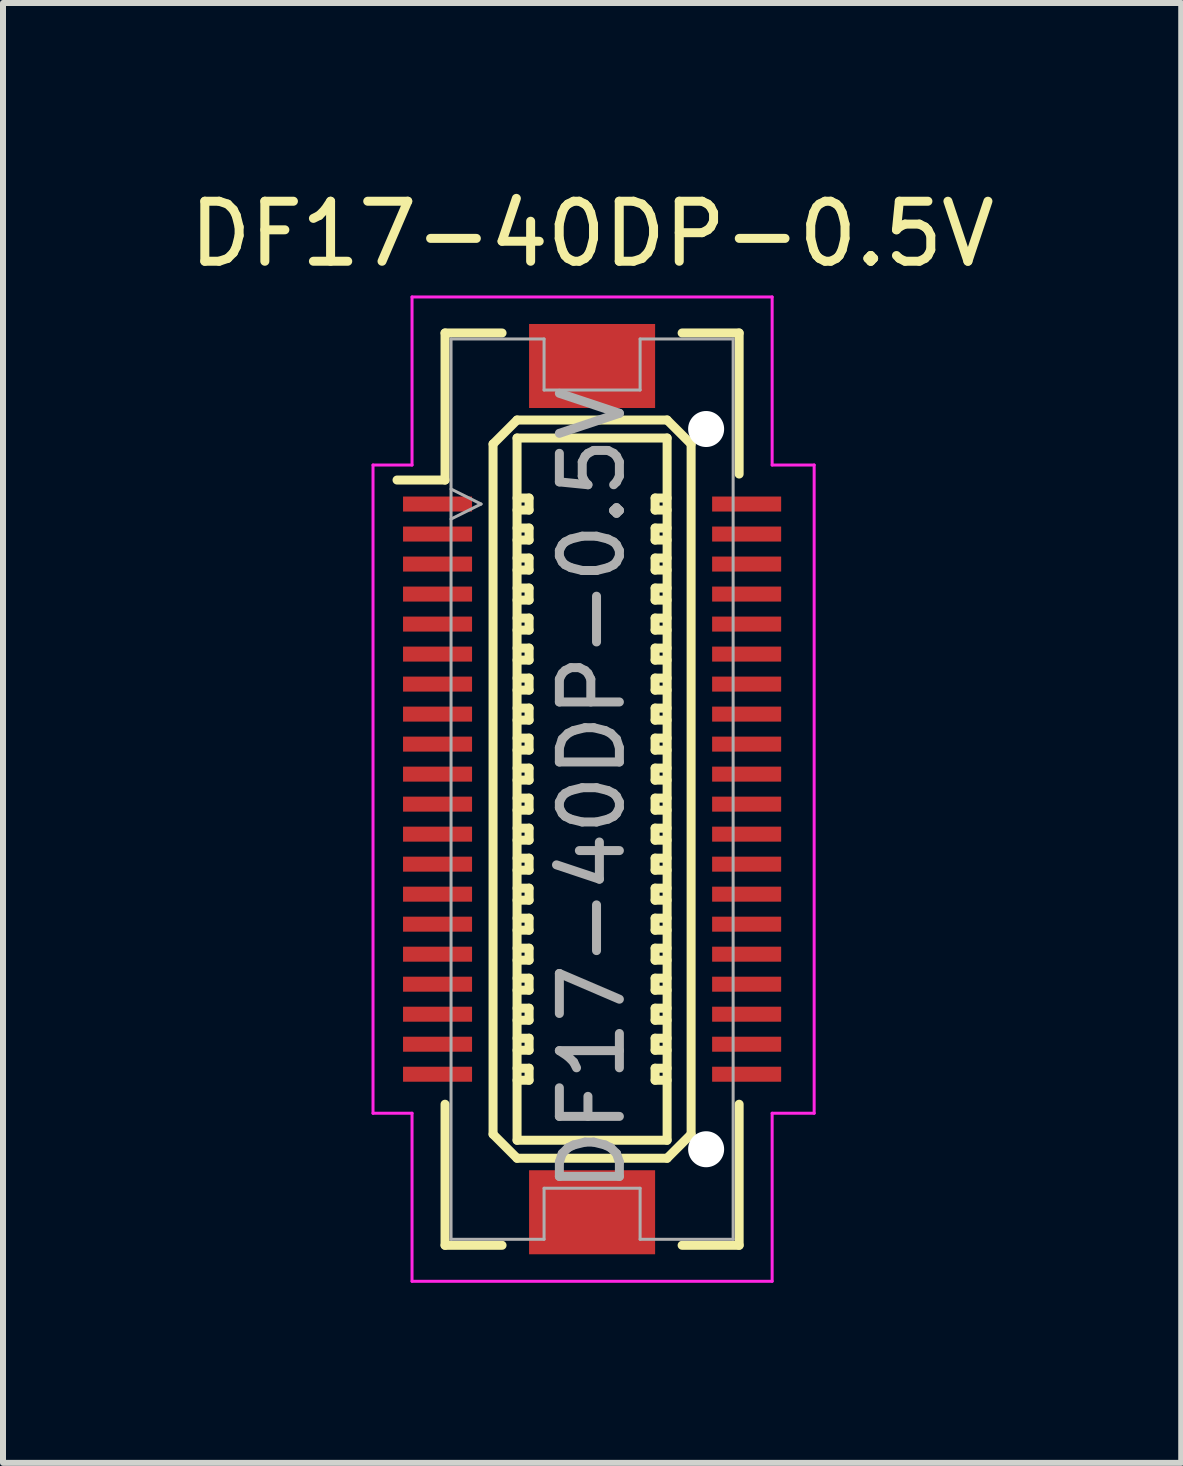
<source format=kicad_pcb>
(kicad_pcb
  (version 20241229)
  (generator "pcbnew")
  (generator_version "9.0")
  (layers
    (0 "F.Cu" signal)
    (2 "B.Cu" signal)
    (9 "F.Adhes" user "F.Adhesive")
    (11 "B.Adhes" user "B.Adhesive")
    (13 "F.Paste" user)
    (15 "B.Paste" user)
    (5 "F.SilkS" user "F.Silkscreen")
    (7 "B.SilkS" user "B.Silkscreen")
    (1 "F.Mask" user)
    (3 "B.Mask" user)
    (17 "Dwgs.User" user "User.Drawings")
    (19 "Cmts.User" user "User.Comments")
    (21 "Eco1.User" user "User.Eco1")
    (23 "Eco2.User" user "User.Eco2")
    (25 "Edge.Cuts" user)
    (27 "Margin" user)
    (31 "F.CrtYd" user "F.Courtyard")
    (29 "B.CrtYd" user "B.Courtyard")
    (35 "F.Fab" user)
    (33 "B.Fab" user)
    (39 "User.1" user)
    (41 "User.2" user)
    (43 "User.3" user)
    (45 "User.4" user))
  (footprint "DF17-40DP-0.5V"
    (layer "F.Cu")
    (at 6.815 10.098)
    (property "Reference" "DF17-40DP-0.5V" (at 0 0 90) (layer "F.Fab") (effects (font (size 1 1) (thickness 0.15))))
    (attr smd)
    (fp_line (start -2.45 -7.6) (end -2.45 -5.15) (stroke (width 0.15) (type solid)) (layer "F.SilkS"))
    (fp_line (start -2.45 -7.6) (end -1.5 -7.6) (stroke (width 0.15) (type solid)) (layer "F.SilkS"))
    (fp_line (start -2.45 -5.15) (end -3.25 -5.15) (stroke (width 0.15) (type solid)) (layer "F.SilkS"))
    (fp_line (start -2.45 5.25) (end -2.45 7.6) (stroke (width 0.15) (type solid)) (layer "F.SilkS"))
    (fp_line (start -2.45 7.6) (end -1.5 7.6) (stroke (width 0.15) (type solid)) (layer "F.SilkS"))
    (fp_line (start -1.65 -5.75) (end -1.25 -6.15) (stroke (width 0.15) (type solid)) (layer "F.SilkS"))
    (fp_line (start -1.65 5.75) (end -1.65 -5.75) (stroke (width 0.15) (type solid)) (layer "F.SilkS"))
    (fp_line (start -1.25 -6.15) (end 1.25 -6.15) (stroke (width 0.15) (type solid)) (layer "F.SilkS"))
    (fp_line (start -1.25 -5.85) (end 1.25 -5.85) (stroke (width 0.15) (type solid)) (layer "F.SilkS"))
    (fp_line (start -1.25 -4.85) (end -1.05 -4.85) (stroke (width 0.15) (type solid)) (layer "F.SilkS"))
    (fp_line (start -1.25 -4.35) (end -1.05 -4.35) (stroke (width 0.15) (type solid)) (layer "F.SilkS"))
    (fp_line (start -1.25 -3.85) (end -1.05 -3.85) (stroke (width 0.15) (type solid)) (layer "F.SilkS"))
    (fp_line (start -1.25 -3.35) (end -1.05 -3.35) (stroke (width 0.15) (type solid)) (layer "F.SilkS"))
    (fp_line (start -1.25 -2.85) (end -1.05 -2.85) (stroke (width 0.15) (type solid)) (layer "F.SilkS"))
    (fp_line (start -1.25 -2.35) (end -1.05 -2.35) (stroke (width 0.15) (type solid)) (layer "F.SilkS"))
    (fp_line (start -1.25 -1.85) (end -1.05 -1.85) (stroke (width 0.15) (type solid)) (layer "F.SilkS"))
    (fp_line (start -1.25 -1.35) (end -1.05 -1.35) (stroke (width 0.15) (type solid)) (layer "F.SilkS"))
    (fp_line (start -1.25 -0.85) (end -1.05 -0.85) (stroke (width 0.15) (type solid)) (layer "F.SilkS"))
    (fp_line (start -1.25 -0.35) (end -1.05 -0.35) (stroke (width 0.15) (type solid)) (layer "F.SilkS"))
    (fp_line (start -1.25 0.15) (end -1.05 0.15) (stroke (width 0.15) (type solid)) (layer "F.SilkS"))
    (fp_line (start -1.25 0.65) (end -1.05 0.65) (stroke (width 0.15) (type solid)) (layer "F.SilkS"))
    (fp_line (start -1.25 1.15) (end -1.05 1.15) (stroke (width 0.15) (type solid)) (layer "F.SilkS"))
    (fp_line (start -1.25 1.65) (end -1.05 1.65) (stroke (width 0.15) (type solid)) (layer "F.SilkS"))
    (fp_line (start -1.25 2.15) (end -1.05 2.15) (stroke (width 0.15) (type solid)) (layer "F.SilkS"))
    (fp_line (start -1.25 2.65) (end -1.05 2.65) (stroke (width 0.15) (type solid)) (layer "F.SilkS"))
    (fp_line (start -1.25 3.15) (end -1.05 3.15) (stroke (width 0.15) (type solid)) (layer "F.SilkS"))
    (fp_line (start -1.25 3.65) (end -1.05 3.65) (stroke (width 0.15) (type solid)) (layer "F.SilkS"))
    (fp_line (start -1.25 4.15) (end -1.05 4.15) (stroke (width 0.15) (type solid)) (layer "F.SilkS"))
    (fp_line (start -1.25 4.65) (end -1.05 4.65) (stroke (width 0.15) (type solid)) (layer "F.SilkS"))
    (fp_line (start -1.25 5.85) (end -1.25 -5.85) (stroke (width 0.15) (type solid)) (layer "F.SilkS"))
    (fp_line (start -1.25 6.15) (end -1.65 5.75) (stroke (width 0.15) (type solid)) (layer "F.SilkS"))
    (fp_line (start -1.05 -4.85) (end -1.05 -4.65) (stroke (width 0.15) (type solid)) (layer "F.SilkS"))
    (fp_line (start -1.05 -4.65) (end -1.25 -4.65) (stroke (width 0.15) (type solid)) (layer "F.SilkS"))
    (fp_line (start -1.05 -4.35) (end -1.05 -4.15) (stroke (width 0.15) (type solid)) (layer "F.SilkS"))
    (fp_line (start -1.05 -4.15) (end -1.25 -4.15) (stroke (width 0.15) (type solid)) (layer "F.SilkS"))
    (fp_line (start -1.05 -3.85) (end -1.05 -3.65) (stroke (width 0.15) (type solid)) (layer "F.SilkS"))
    (fp_line (start -1.05 -3.65) (end -1.25 -3.65) (stroke (width 0.15) (type solid)) (layer "F.SilkS"))
    (fp_line (start -1.05 -3.35) (end -1.05 -3.15) (stroke (width 0.15) (type solid)) (layer "F.SilkS"))
    (fp_line (start -1.05 -3.15) (end -1.25 -3.15) (stroke (width 0.15) (type solid)) (layer "F.SilkS"))
    (fp_line (start -1.05 -2.85) (end -1.05 -2.65) (stroke (width 0.15) (type solid)) (layer "F.SilkS"))
    (fp_line (start -1.05 -2.65) (end -1.25 -2.65) (stroke (width 0.15) (type solid)) (layer "F.SilkS"))
    (fp_line (start -1.05 -2.35) (end -1.05 -2.15) (stroke (width 0.15) (type solid)) (layer "F.SilkS"))
    (fp_line (start -1.05 -2.15) (end -1.25 -2.15) (stroke (width 0.15) (type solid)) (layer "F.SilkS"))
    (fp_line (start -1.05 -1.85) (end -1.05 -1.65) (stroke (width 0.15) (type solid)) (layer "F.SilkS"))
    (fp_line (start -1.05 -1.65) (end -1.25 -1.65) (stroke (width 0.15) (type solid)) (layer "F.SilkS"))
    (fp_line (start -1.05 -1.35) (end -1.05 -1.15) (stroke (width 0.15) (type solid)) (layer "F.SilkS"))
    (fp_line (start -1.05 -1.15) (end -1.25 -1.15) (stroke (width 0.15) (type solid)) (layer "F.SilkS"))
    (fp_line (start -1.05 -0.85) (end -1.05 -0.65) (stroke (width 0.15) (type solid)) (layer "F.SilkS"))
    (fp_line (start -1.05 -0.65) (end -1.25 -0.65) (stroke (width 0.15) (type solid)) (layer "F.SilkS"))
    (fp_line (start -1.05 -0.35) (end -1.05 -0.15) (stroke (width 0.15) (type solid)) (layer "F.SilkS"))
    (fp_line (start -1.05 -0.15) (end -1.25 -0.15) (stroke (width 0.15) (type solid)) (layer "F.SilkS"))
    (fp_line (start -1.05 0.15) (end -1.05 0.35) (stroke (width 0.15) (type solid)) (layer "F.SilkS"))
    (fp_line (start -1.05 0.35) (end -1.25 0.35) (stroke (width 0.15) (type solid)) (layer "F.SilkS"))
    (fp_line (start -1.05 0.65) (end -1.05 0.85) (stroke (width 0.15) (type solid)) (layer "F.SilkS"))
    (fp_line (start -1.05 0.85) (end -1.25 0.85) (stroke (width 0.15) (type solid)) (layer "F.SilkS"))
    (fp_line (start -1.05 1.15) (end -1.05 1.35) (stroke (width 0.15) (type solid)) (layer "F.SilkS"))
    (fp_line (start -1.05 1.35) (end -1.25 1.35) (stroke (width 0.15) (type solid)) (layer "F.SilkS"))
    (fp_line (start -1.05 1.65) (end -1.05 1.85) (stroke (width 0.15) (type solid)) (layer "F.SilkS"))
    (fp_line (start -1.05 1.85) (end -1.25 1.85) (stroke (width 0.15) (type solid)) (layer "F.SilkS"))
    (fp_line (start -1.05 2.15) (end -1.05 2.35) (stroke (width 0.15) (type solid)) (layer "F.SilkS"))
    (fp_line (start -1.05 2.35) (end -1.25 2.35) (stroke (width 0.15) (type solid)) (layer "F.SilkS"))
    (fp_line (start -1.05 2.65) (end -1.05 2.85) (stroke (width 0.15) (type solid)) (layer "F.SilkS"))
    (fp_line (start -1.05 2.85) (end -1.25 2.85) (stroke (width 0.15) (type solid)) (layer "F.SilkS"))
    (fp_line (start -1.05 3.15) (end -1.05 3.35) (stroke (width 0.15) (type solid)) (layer "F.SilkS"))
    (fp_line (start -1.05 3.35) (end -1.25 3.35) (stroke (width 0.15) (type solid)) (layer "F.SilkS"))
    (fp_line (start -1.05 3.65) (end -1.05 3.85) (stroke (width 0.15) (type solid)) (layer "F.SilkS"))
    (fp_line (start -1.05 3.85) (end -1.25 3.85) (stroke (width 0.15) (type solid)) (layer "F.SilkS"))
    (fp_line (start -1.05 4.15) (end -1.05 4.35) (stroke (width 0.15) (type solid)) (layer "F.SilkS"))
    (fp_line (start -1.05 4.35) (end -1.25 4.35) (stroke (width 0.15) (type solid)) (layer "F.SilkS"))
    (fp_line (start -1.05 4.65) (end -1.05 4.85) (stroke (width 0.15) (type solid)) (layer "F.SilkS"))
    (fp_line (start -1.05 4.85) (end -1.25 4.85) (stroke (width 0.15) (type solid)) (layer "F.SilkS"))
    (fp_line (start 1.05 -4.85) (end 1.25 -4.85) (stroke (width 0.15) (type solid)) (layer "F.SilkS"))
    (fp_line (start 1.05 -4.65) (end 1.05 -4.85) (stroke (width 0.15) (type solid)) (layer "F.SilkS"))
    (fp_line (start 1.05 -4.35) (end 1.25 -4.35) (stroke (width 0.15) (type solid)) (layer "F.SilkS"))
    (fp_line (start 1.05 -4.15) (end 1.05 -4.35) (stroke (width 0.15) (type solid)) (layer "F.SilkS"))
    (fp_line (start 1.05 -3.85) (end 1.25 -3.85) (stroke (width 0.15) (type solid)) (layer "F.SilkS"))
    (fp_line (start 1.05 -3.65) (end 1.05 -3.85) (stroke (width 0.15) (type solid)) (layer "F.SilkS"))
    (fp_line (start 1.05 -3.35) (end 1.25 -3.35) (stroke (width 0.15) (type solid)) (layer "F.SilkS"))
    (fp_line (start 1.05 -3.15) (end 1.05 -3.35) (stroke (width 0.15) (type solid)) (layer "F.SilkS"))
    (fp_line (start 1.05 -2.85) (end 1.25 -2.85) (stroke (width 0.15) (type solid)) (layer "F.SilkS"))
    (fp_line (start 1.05 -2.65) (end 1.05 -2.85) (stroke (width 0.15) (type solid)) (layer "F.SilkS"))
    (fp_line (start 1.05 -2.35) (end 1.25 -2.35) (stroke (width 0.15) (type solid)) (layer "F.SilkS"))
    (fp_line (start 1.05 -2.15) (end 1.05 -2.35) (stroke (width 0.15) (type solid)) (layer "F.SilkS"))
    (fp_line (start 1.05 -1.85) (end 1.25 -1.85) (stroke (width 0.15) (type solid)) (layer "F.SilkS"))
    (fp_line (start 1.05 -1.65) (end 1.05 -1.85) (stroke (width 0.15) (type solid)) (layer "F.SilkS"))
    (fp_line (start 1.05 -1.35) (end 1.25 -1.35) (stroke (width 0.15) (type solid)) (layer "F.SilkS"))
    (fp_line (start 1.05 -1.15) (end 1.05 -1.35) (stroke (width 0.15) (type solid)) (layer "F.SilkS"))
    (fp_line (start 1.05 -0.85) (end 1.25 -0.85) (stroke (width 0.15) (type solid)) (layer "F.SilkS"))
    (fp_line (start 1.05 -0.65) (end 1.05 -0.85) (stroke (width 0.15) (type solid)) (layer "F.SilkS"))
    (fp_line (start 1.05 -0.35) (end 1.25 -0.35) (stroke (width 0.15) (type solid)) (layer "F.SilkS"))
    (fp_line (start 1.05 -0.15) (end 1.05 -0.35) (stroke (width 0.15) (type solid)) (layer "F.SilkS"))
    (fp_line (start 1.05 0.15) (end 1.25 0.15) (stroke (width 0.15) (type solid)) (layer "F.SilkS"))
    (fp_line (start 1.05 0.35) (end 1.05 0.15) (stroke (width 0.15) (type solid)) (layer "F.SilkS"))
    (fp_line (start 1.05 0.65) (end 1.25 0.65) (stroke (width 0.15) (type solid)) (layer "F.SilkS"))
    (fp_line (start 1.05 0.85) (end 1.05 0.65) (stroke (width 0.15) (type solid)) (layer "F.SilkS"))
    (fp_line (start 1.05 1.15) (end 1.25 1.15) (stroke (width 0.15) (type solid)) (layer "F.SilkS"))
    (fp_line (start 1.05 1.35) (end 1.05 1.15) (stroke (width 0.15) (type solid)) (layer "F.SilkS"))
    (fp_line (start 1.05 1.65) (end 1.25 1.65) (stroke (width 0.15) (type solid)) (layer "F.SilkS"))
    (fp_line (start 1.05 1.85) (end 1.05 1.65) (stroke (width 0.15) (type solid)) (layer "F.SilkS"))
    (fp_line (start 1.05 2.15) (end 1.25 2.15) (stroke (width 0.15) (type solid)) (layer "F.SilkS"))
    (fp_line (start 1.05 2.35) (end 1.05 2.15) (stroke (width 0.15) (type solid)) (layer "F.SilkS"))
    (fp_line (start 1.05 2.65) (end 1.25 2.65) (stroke (width 0.15) (type solid)) (layer "F.SilkS"))
    (fp_line (start 1.05 2.85) (end 1.05 2.65) (stroke (width 0.15) (type solid)) (layer "F.SilkS"))
    (fp_line (start 1.05 3.15) (end 1.25 3.15) (stroke (width 0.15) (type solid)) (layer "F.SilkS"))
    (fp_line (start 1.05 3.35) (end 1.05 3.15) (stroke (width 0.15) (type solid)) (layer "F.SilkS"))
    (fp_line (start 1.05 3.65) (end 1.25 3.65) (stroke (width 0.15) (type solid)) (layer "F.SilkS"))
    (fp_line (start 1.05 3.85) (end 1.05 3.65) (stroke (width 0.15) (type solid)) (layer "F.SilkS"))
    (fp_line (start 1.05 4.15) (end 1.25 4.15) (stroke (width 0.15) (type solid)) (layer "F.SilkS"))
    (fp_line (start 1.05 4.35) (end 1.05 4.15) (stroke (width 0.15) (type solid)) (layer "F.SilkS"))
    (fp_line (start 1.05 4.65) (end 1.25 4.65) (stroke (width 0.15) (type solid)) (layer "F.SilkS"))
    (fp_line (start 1.05 4.85) (end 1.05 4.65) (stroke (width 0.15) (type solid)) (layer "F.SilkS"))
    (fp_line (start 1.25 -6.15) (end 1.65 -5.75) (stroke (width 0.15) (type solid)) (layer "F.SilkS"))
    (fp_line (start 1.25 -5.85) (end 1.25 5.85) (stroke (width 0.15) (type solid)) (layer "F.SilkS"))
    (fp_line (start 1.25 -4.65) (end 1.05 -4.65) (stroke (width 0.15) (type solid)) (layer "F.SilkS"))
    (fp_line (start 1.25 -4.15) (end 1.05 -4.15) (stroke (width 0.15) (type solid)) (layer "F.SilkS"))
    (fp_line (start 1.25 -3.65) (end 1.05 -3.65) (stroke (width 0.15) (type solid)) (layer "F.SilkS"))
    (fp_line (start 1.25 -3.15) (end 1.05 -3.15) (stroke (width 0.15) (type solid)) (layer "F.SilkS"))
    (fp_line (start 1.25 -2.65) (end 1.05 -2.65) (stroke (width 0.15) (type solid)) (layer "F.SilkS"))
    (fp_line (start 1.25 -2.15) (end 1.05 -2.15) (stroke (width 0.15) (type solid)) (layer "F.SilkS"))
    (fp_line (start 1.25 -1.65) (end 1.05 -1.65) (stroke (width 0.15) (type solid)) (layer "F.SilkS"))
    (fp_line (start 1.25 -1.15) (end 1.05 -1.15) (stroke (width 0.15) (type solid)) (layer "F.SilkS"))
    (fp_line (start 1.25 -0.65) (end 1.05 -0.65) (stroke (width 0.15) (type solid)) (layer "F.SilkS"))
    (fp_line (start 1.25 -0.15) (end 1.05 -0.15) (stroke (width 0.15) (type solid)) (layer "F.SilkS"))
    (fp_line (start 1.25 0.35) (end 1.05 0.35) (stroke (width 0.15) (type solid)) (layer "F.SilkS"))
    (fp_line (start 1.25 0.85) (end 1.05 0.85) (stroke (width 0.15) (type solid)) (layer "F.SilkS"))
    (fp_line (start 1.25 1.35) (end 1.05 1.35) (stroke (width 0.15) (type solid)) (layer "F.SilkS"))
    (fp_line (start 1.25 1.85) (end 1.05 1.85) (stroke (width 0.15) (type solid)) (layer "F.SilkS"))
    (fp_line (start 1.25 2.35) (end 1.05 2.35) (stroke (width 0.15) (type solid)) (layer "F.SilkS"))
    (fp_line (start 1.25 2.85) (end 1.05 2.85) (stroke (width 0.15) (type solid)) (layer "F.SilkS"))
    (fp_line (start 1.25 3.35) (end 1.05 3.35) (stroke (width 0.15) (type solid)) (layer "F.SilkS"))
    (fp_line (start 1.25 3.85) (end 1.05 3.85) (stroke (width 0.15) (type solid)) (layer "F.SilkS"))
    (fp_line (start 1.25 4.35) (end 1.05 4.35) (stroke (width 0.15) (type solid)) (layer "F.SilkS"))
    (fp_line (start 1.25 4.85) (end 1.05 4.85) (stroke (width 0.15) (type solid)) (layer "F.SilkS"))
    (fp_line (start 1.25 5.85) (end -1.25 5.85) (stroke (width 0.15) (type solid)) (layer "F.SilkS"))
    (fp_line (start 1.25 6.15) (end -1.25 6.15) (stroke (width 0.15) (type solid)) (layer "F.SilkS"))
    (fp_line (start 1.25 6.15) (end 1.65 5.75) (stroke (width 0.15) (type solid)) (layer "F.SilkS"))
    (fp_line (start 1.5 -7.6) (end 2.45 -7.6) (stroke (width 0.15) (type solid)) (layer "F.SilkS"))
    (fp_line (start 1.65 -5.75) (end 1.65 5.75) (stroke (width 0.15) (type solid)) (layer "F.SilkS"))
    (fp_line (start 2.45 -7.6) (end 2.45 -5.25) (stroke (width 0.15) (type solid)) (layer "F.SilkS"))
    (fp_line (start 2.45 5.25) (end 2.45 7.6) (stroke (width 0.15) (type solid)) (layer "F.SilkS"))
    (fp_line (start 2.45 7.6) (end 1.5 7.6) (stroke (width 0.15) (type solid)) (layer "F.SilkS"))
    (fp_line (start -3.65 -5.4) (end -3.65 5.4) (stroke (width 0.05) (type solid)) (layer "F.CrtYd"))
    (fp_line (start -3 -8.2) (end -3 -5.4) (stroke (width 0.05) (type solid)) (layer "F.CrtYd"))
    (fp_line (start -3 -5.4) (end -3.65 -5.4) (stroke (width 0.05) (type solid)) (layer "F.CrtYd"))
    (fp_line (start -3 5.4) (end -3.65 5.4) (stroke (width 0.05) (type solid)) (layer "F.CrtYd"))
    (fp_line (start -3 8.2) (end -3 5.4) (stroke (width 0.05) (type solid)) (layer "F.CrtYd"))
    (fp_line (start -3 8.2) (end 3 8.2) (stroke (width 0.05) (type solid)) (layer "F.CrtYd"))
    (fp_line (start 3 -8.2) (end -3 -8.2) (stroke (width 0.05) (type solid)) (layer "F.CrtYd"))
    (fp_line (start 3 -5.4) (end 3 -8.2) (stroke (width 0.05) (type solid)) (layer "F.CrtYd"))
    (fp_line (start 3 5.4) (end 3.7 5.4) (stroke (width 0.05) (type solid)) (layer "F.CrtYd"))
    (fp_line (start 3 8.2) (end 3 5.4) (stroke (width 0.05) (type solid)) (layer "F.CrtYd"))
    (fp_line (start 3.7 -5.4) (end 3 -5.4) (stroke (width 0.05) (type solid)) (layer "F.CrtYd"))
    (fp_line (start 3.7 5.4) (end 3.7 -5.4) (stroke (width 0.05) (type solid)) (layer "F.CrtYd"))
    (fp_line (start -2.35 -7.5) (end -2.35 7.5) (stroke (width 0.05) (type solid)) (layer "F.Fab"))
    (fp_line (start -2.35 -7.5) (end -0.8 -7.5) (stroke (width 0.05) (type solid)) (layer "F.Fab"))
    (fp_line (start -2.35 -4.5) (end -1.85 -4.75) (stroke (width 0.05) (type solid)) (layer "F.Fab"))
    (fp_line (start -2.35 7.5) (end -0.8 7.5) (stroke (width 0.05) (type solid)) (layer "F.Fab"))
    (fp_line (start -1.85 -4.75) (end -2.35 -5) (stroke (width 0.05) (type solid)) (layer "F.Fab"))
    (fp_line (start -0.8 -7.5) (end -0.8 -6.65) (stroke (width 0.05) (type solid)) (layer "F.Fab"))
    (fp_line (start -0.8 -6.65) (end 0.8 -6.65) (stroke (width 0.05) (type solid)) (layer "F.Fab"))
    (fp_line (start -0.8 6.65) (end -0.8 7.5) (stroke (width 0.05) (type solid)) (layer "F.Fab"))
    (fp_line (start -0.8 6.65) (end 0.8 6.65) (stroke (width 0.05) (type solid)) (layer "F.Fab"))
    (fp_line (start 0.8 -7.5) (end 2.35 -7.5) (stroke (width 0.05) (type solid)) (layer "F.Fab"))
    (fp_line (start 0.8 -6.65) (end 0.8 -7.5) (stroke (width 0.05) (type solid)) (layer "F.Fab"))
    (fp_line (start 0.8 7.5) (end 0.8 6.65) (stroke (width 0.05) (type solid)) (layer "F.Fab"))
    (fp_line (start 0.8 7.5) (end 2.35 7.5) (stroke (width 0.05) (type solid)) (layer "F.Fab"))
    (fp_line (start 2.35 -7.5) (end 2.35 7.5) (stroke (width 0.05) (type solid)) (layer "F.Fab"))
    (fp_text user "${REFERENCE}" (at 0 -9.25 0) (layer "F.SilkS") (effects (font (size 1 1) (thickness 0.15))))
    (pad "" smd rect (at 0 -7.05) (size 2.1 1.4) (layers "F.Cu" "F.Mask" "F.Paste"))
    (pad "" smd rect (at 0 7.05) (size 2.1 1.4) (layers "F.Cu" "F.Mask" "F.Paste"))
    (pad "" np_thru_hole circle (at 1.9 -6) (size 0.6 0.6) (drill 0.6) (layers "*.Cu"))
    (pad "" np_thru_hole circle (at 1.9 6) (size 0.6 0.6) (drill 0.6) (layers "*.Cu"))
    (pad "1" smd rect (at -2.575 -4.75) (size 1.15 0.25) (layers "F.Cu" "F.Mask" "F.Paste"))
    (pad "2" smd rect (at -2.575 -4.25) (size 1.15 0.25) (layers "F.Cu" "F.Mask" "F.Paste"))
    (pad "3" smd rect (at -2.575 -3.75) (size 1.15 0.25) (layers "F.Cu" "F.Mask" "F.Paste"))
    (pad "4" smd rect (at -2.575 -3.25) (size 1.15 0.25) (layers "F.Cu" "F.Mask" "F.Paste"))
    (pad "5" smd rect (at -2.575 -2.75) (size 1.15 0.25) (layers "F.Cu" "F.Mask" "F.Paste"))
    (pad "6" smd rect (at -2.575 -2.25) (size 1.15 0.25) (layers "F.Cu" "F.Mask" "F.Paste"))
    (pad "7" smd rect (at -2.575 -1.75) (size 1.15 0.25) (layers "F.Cu" "F.Mask" "F.Paste"))
    (pad "8" smd rect (at -2.575 -1.25) (size 1.15 0.25) (layers "F.Cu" "F.Mask" "F.Paste"))
    (pad "9" smd rect (at -2.575 -0.75) (size 1.15 0.25) (layers "F.Cu" "F.Mask" "F.Paste"))
    (pad "10" smd rect (at -2.575 -0.25) (size 1.15 0.25) (layers "F.Cu" "F.Mask" "F.Paste"))
    (pad "11" smd rect (at -2.575 0.25) (size 1.15 0.25) (layers "F.Cu" "F.Mask" "F.Paste"))
    (pad "12" smd rect (at -2.575 0.75) (size 1.15 0.25) (layers "F.Cu" "F.Mask" "F.Paste"))
    (pad "13" smd rect (at -2.575 1.25) (size 1.15 0.25) (layers "F.Cu" "F.Mask" "F.Paste"))
    (pad "14" smd rect (at -2.575 1.75) (size 1.15 0.25) (layers "F.Cu" "F.Mask" "F.Paste"))
    (pad "15" smd rect (at -2.575 2.25) (size 1.15 0.25) (layers "F.Cu" "F.Mask" "F.Paste"))
    (pad "16" smd rect (at -2.575 2.75) (size 1.15 0.25) (layers "F.Cu" "F.Mask" "F.Paste"))
    (pad "17" smd rect (at -2.575 3.25) (size 1.15 0.25) (layers "F.Cu" "F.Mask" "F.Paste"))
    (pad "18" smd rect (at -2.575 3.75) (size 1.15 0.25) (layers "F.Cu" "F.Mask" "F.Paste"))
    (pad "19" smd rect (at -2.575 4.25) (size 1.15 0.25) (layers "F.Cu" "F.Mask" "F.Paste"))
    (pad "20" smd rect (at -2.575 4.75) (size 1.15 0.25) (layers "F.Cu" "F.Mask" "F.Paste"))
    (pad "21" smd rect (at 2.575 4.75) (size 1.15 0.25) (layers "F.Cu" "F.Mask" "F.Paste"))
    (pad "22" smd rect (at 2.575 4.25) (size 1.15 0.25) (layers "F.Cu" "F.Mask" "F.Paste"))
    (pad "23" smd rect (at 2.575 3.75) (size 1.15 0.25) (layers "F.Cu" "F.Mask" "F.Paste"))
    (pad "24" smd rect (at 2.575 3.25) (size 1.15 0.25) (layers "F.Cu" "F.Mask" "F.Paste"))
    (pad "25" smd rect (at 2.575 2.75) (size 1.15 0.25) (layers "F.Cu" "F.Mask" "F.Paste"))
    (pad "26" smd rect (at 2.575 2.25) (size 1.15 0.25) (layers "F.Cu" "F.Mask" "F.Paste"))
    (pad "27" smd rect (at 2.575 1.75) (size 1.15 0.25) (layers "F.Cu" "F.Mask" "F.Paste"))
    (pad "28" smd rect (at 2.575 1.25) (size 1.15 0.25) (layers "F.Cu" "F.Mask" "F.Paste"))
    (pad "29" smd rect (at 2.575 0.75) (size 1.15 0.25) (layers "F.Cu" "F.Mask" "F.Paste"))
    (pad "30" smd rect (at 2.575 0.25) (size 1.15 0.25) (layers "F.Cu" "F.Mask" "F.Paste"))
    (pad "31" smd rect (at 2.575 -0.25) (size 1.15 0.25) (layers "F.Cu" "F.Mask" "F.Paste"))
    (pad "32" smd rect (at 2.575 -0.75) (size 1.15 0.25) (layers "F.Cu" "F.Mask" "F.Paste"))
    (pad "33" smd rect (at 2.575 -1.25) (size 1.15 0.25) (layers "F.Cu" "F.Mask" "F.Paste"))
    (pad "34" smd rect (at 2.575 -1.75) (size 1.15 0.25) (layers "F.Cu" "F.Mask" "F.Paste"))
    (pad "35" smd rect (at 2.575 -2.25) (size 1.15 0.25) (layers "F.Cu" "F.Mask" "F.Paste"))
    (pad "36" smd rect (at 2.575 -2.75) (size 1.15 0.25) (layers "F.Cu" "F.Mask" "F.Paste"))
    (pad "37" smd rect (at 2.575 -3.25) (size 1.15 0.25) (layers "F.Cu" "F.Mask" "F.Paste"))
    (pad "38" smd rect (at 2.575 -3.75) (size 1.15 0.25) (layers "F.Cu" "F.Mask" "F.Paste"))
    (pad "39" smd rect (at 2.575 -4.25) (size 1.15 0.25) (layers "F.Cu" "F.Mask" "F.Paste"))
    (pad "40" smd rect (at 2.575 -4.75) (size 1.15 0.25) (layers "F.Cu" "F.Mask" "F.Paste")))
  (gr_rect
    (start -3 -3)
    (end 16.631 21.323)
    (stroke (width 0.1) (type default))
    (fill no)
    (layer "Edge.Cuts")))
</source>
